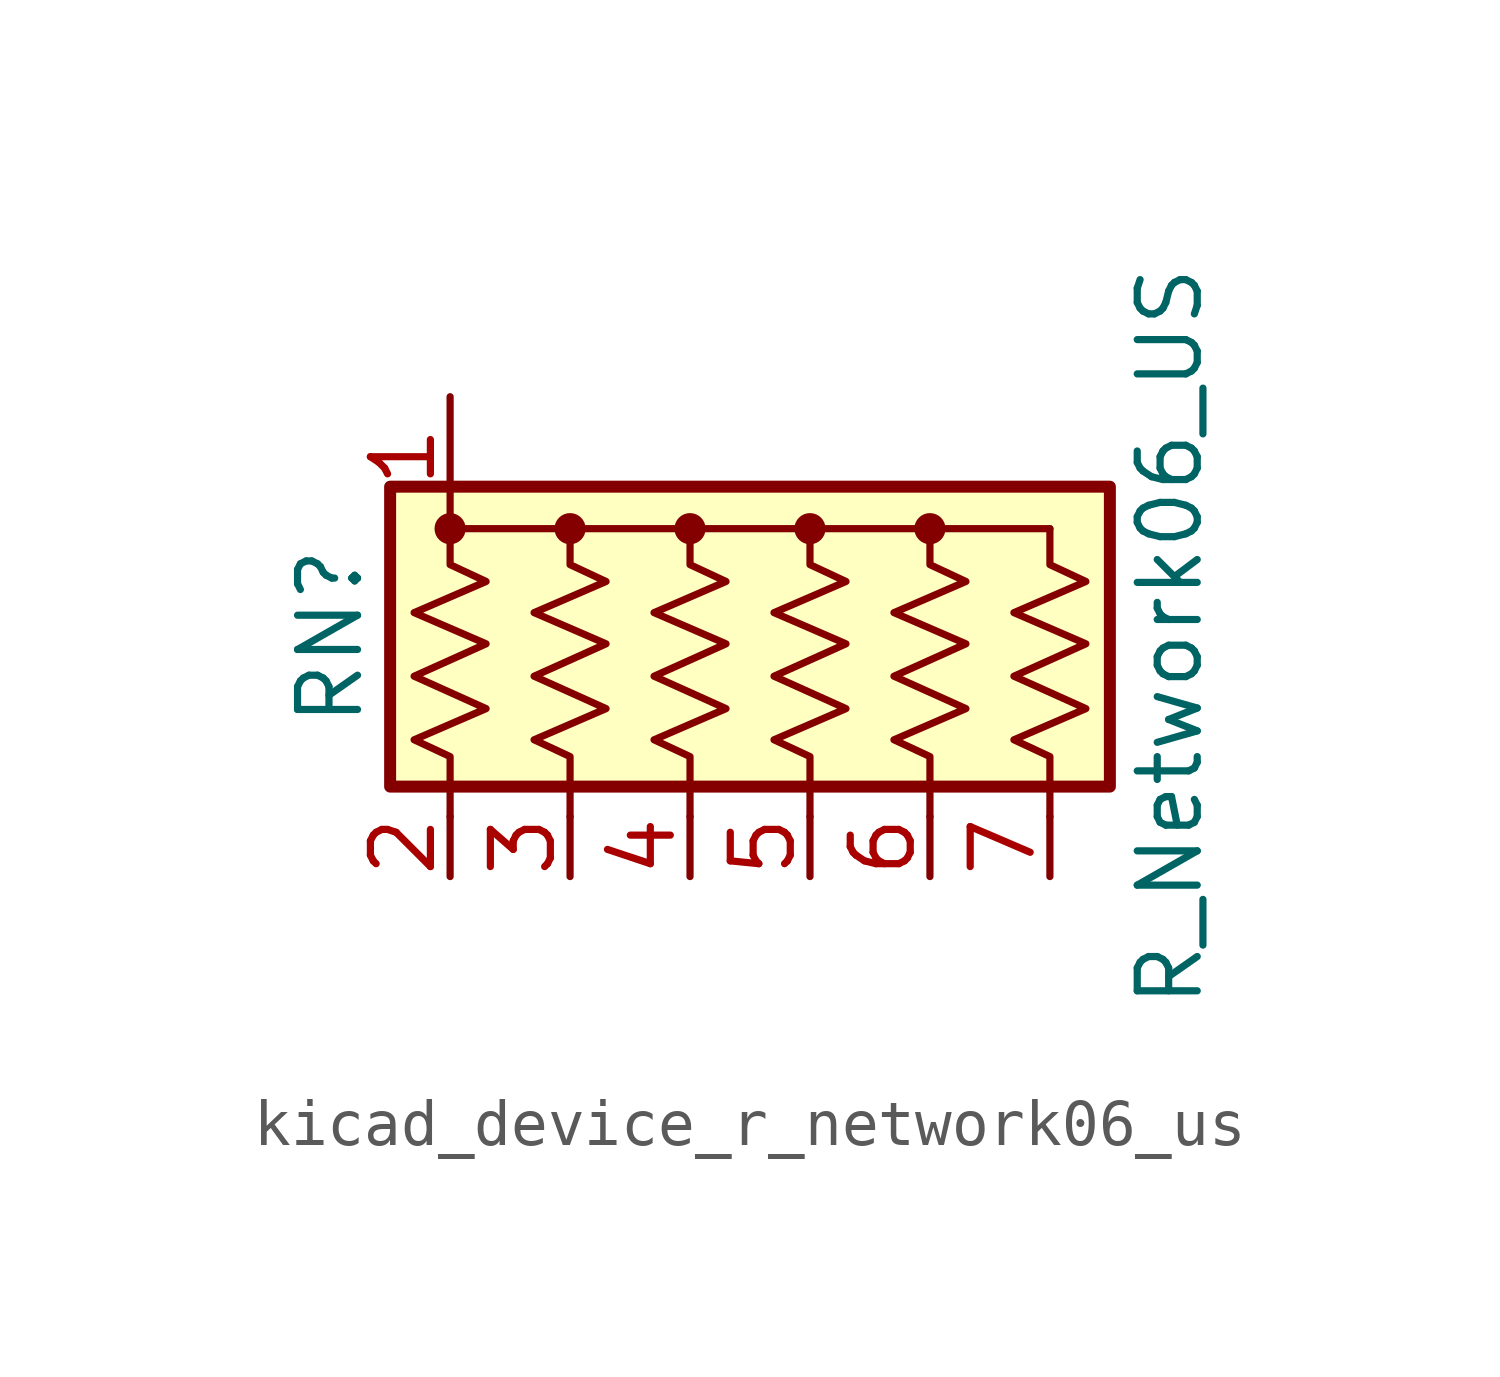
<source format=kicad_sym>
(kicad_symbol_lib
  (version 20220914)
  (generator kicad_symbol_editor)
  (symbol "kicad_device_r_network06_us"
    (pin_names
      (offset 0) hide)
    (property "Reference" "RN"
      (at -10.16 0 90)
      (effects (font (size 1.27 1.27))))
    (property "Value" "R_Network06_US"
      (at 7.62 0 90)
      (effects (font (size 1.27 1.27))))
    (symbol "kicad_device_r_network06_us_0_1"
      (rectangle (start -8.89 -3.175) (end 6.35 3.175) (stroke (width 0.254) (type default)) (fill (type background)))
      (circle (center -7.62 2.286) (radius 0.254) (stroke (width 0) (type default)) (fill (type outline)))
      (circle (center -5.08 2.286) (radius 0.254) (stroke (width 0) (type default)) (fill (type outline)))
      (circle (center -2.54 2.286) (radius 0.254) (stroke (width 0) (type default)) (fill (type outline)))
      (polyline (pts (xy -7.62 2.286) (xy 5.08 2.286)) (stroke (width 0) (type default)) (fill (type none)))
      (polyline (pts (xy -7.62 2.286) (xy -7.62 1.524) (xy -6.858 1.168) (xy -8.382 0.508) (xy -6.858 -0.152) (xy -8.382 -0.838) (xy -6.858 -1.524) (xy -8.382 -2.184) (xy -7.62 -2.54) (xy -7.62 -3.81)) (stroke (width 0) (type default)) (fill (type none)))
      (polyline (pts (xy -5.08 2.286) (xy -5.08 1.524) (xy -4.318 1.168) (xy -5.842 0.508) (xy -4.318 -0.152) (xy -5.842 -0.838) (xy -4.318 -1.524) (xy -5.842 -2.184) (xy -5.08 -2.54) (xy -5.08 -3.81)) (stroke (width 0) (type default)) (fill (type none)))
      (polyline (pts (xy -2.54 2.286) (xy -2.54 1.524) (xy -1.778 1.168) (xy -3.302 0.508) (xy -1.778 -0.152) (xy -3.302 -0.838) (xy -1.778 -1.524) (xy -3.302 -2.184) (xy -2.54 -2.54) (xy -2.54 -3.81)) (stroke (width 0) (type default)) (fill (type none)))
      (polyline (pts (xy 0 2.286) (xy 0 1.524) (xy 0.762 1.168) (xy -0.762 0.508) (xy 0.762 -0.152) (xy -0.762 -0.838) (xy 0.762 -1.524) (xy -0.762 -2.184) (xy 0 -2.54) (xy 0 -3.81)) (stroke (width 0) (type default)) (fill (type none)))
      (polyline (pts (xy 2.54 2.286) (xy 2.54 1.524) (xy 3.302 1.168) (xy 1.778 0.508) (xy 3.302 -0.152) (xy 1.778 -0.838) (xy 3.302 -1.524) (xy 1.778 -2.184) (xy 2.54 -2.54) (xy 2.54 -3.81)) (stroke (width 0) (type default)) (fill (type none)))
      (polyline (pts (xy 5.08 2.286) (xy 5.08 1.524) (xy 5.842 1.168) (xy 4.318 0.508) (xy 5.842 -0.152) (xy 4.318 -0.838) (xy 5.842 -1.524) (xy 4.318 -2.184) (xy 5.08 -2.54) (xy 5.08 -3.81)) (stroke (width 0) (type default)) (fill (type none)))
      (circle (center 0 2.286) (radius 0.254) (stroke (width 0) (type default)) (fill (type outline)))
      (circle (center 2.54 2.286) (radius 0.254) (stroke (width 0) (type default)) (fill (type outline))))
    (symbol "kicad_device_r_network06_us_1_1"
      (pin passive line (at -7.62 5.08 270) (length 2.54) (name "common" (effects (font (size 1.27 1.27)))) (number "1" (effects (font (size 1.27 1.27)))))
      (pin passive line (at -7.62 -5.08 90) (length 1.27) (name "R1" (effects (font (size 1.27 1.27)))) (number "2" (effects (font (size 1.27 1.27)))))
      (pin passive line (at -5.08 -5.08 90) (length 1.27) (name "R2" (effects (font (size 1.27 1.27)))) (number "3" (effects (font (size 1.27 1.27)))))
      (pin passive line (at -2.54 -5.08 90) (length 1.27) (name "R3" (effects (font (size 1.27 1.27)))) (number "4" (effects (font (size 1.27 1.27)))))
      (pin passive line (at 0 -5.08 90) (length 1.27) (name "R4" (effects (font (size 1.27 1.27)))) (number "5" (effects (font (size 1.27 1.27)))))
      (pin passive line (at 2.54 -5.08 90) (length 1.27) (name "R5" (effects (font (size 1.27 1.27)))) (number "6" (effects (font (size 1.27 1.27)))))
      (pin passive line (at 5.08 -5.08 90) (length 1.27) (name "R6" (effects (font (size 1.27 1.27)))) (number "7" (effects (font (size 1.27 1.27))))))))
</source>
